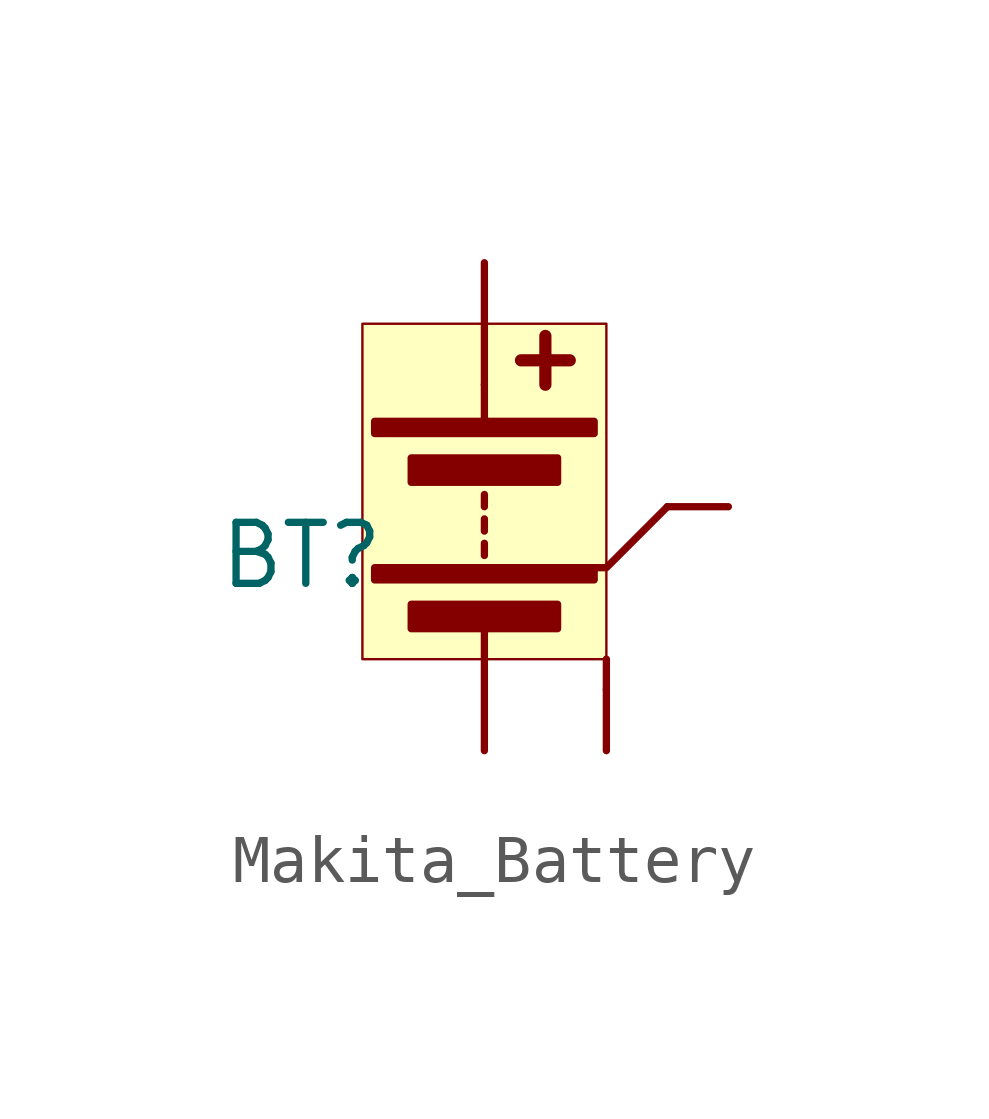
<source format=kicad_sym>
(kicad_symbol_lib
  (version 20231120)
  (generator "kicad_symbol_editor")
  (generator_version "8.0")
  (symbol "Makita_Battery"
    (pin_numbers hide)
    (pin_names hide)
    (property "Reference" "BT"
      (at -3.81 -1.016 0)
      (effects (font (size 1.27 1.27))))
    (property "Value" ""
      (at 0 0 0)
      (effects (font (size 1.27 1.27))))
    (symbol "Makita_Battery_0_1"
      (rectangle (start -2.286 -1.27) (end 2.286 -1.524) (stroke (width 0) (type default)) (fill (type outline)))
      (rectangle (start -2.286 1.778) (end 2.286 1.524) (stroke (width 0) (type default)) (fill (type outline)))
      (rectangle (start -1.524 -2.032) (end 1.524 -2.54) (stroke (width 0) (type default)) (fill (type outline)))
      (rectangle (start -1.524 1.016) (end 1.524 0.508) (stroke (width 0) (type default)) (fill (type outline)))
      (polyline (pts (xy 0 -1.016) (xy 0 -0.762)) (stroke (width 0) (type default)) (fill (type none)))
      (polyline (pts (xy 0 -0.508) (xy 0 -0.254)) (stroke (width 0) (type default)) (fill (type none)))
      (polyline (pts (xy 0 0) (xy 0 0.254)) (stroke (width 0) (type default)) (fill (type none)))
      (polyline (pts (xy 0 1.778) (xy 0 2.54)) (stroke (width 0) (type default)) (fill (type none)))
      (polyline (pts (xy 0.762 3.048) (xy 1.778 3.048)) (stroke (width 0.254) (type default)) (fill (type none)))
      (polyline (pts (xy 1.27 3.556) (xy 1.27 2.54)) (stroke (width 0.254) (type default)) (fill (type none)))
      (polyline (pts (xy 3.81 0) (xy 2.54 -1.27) (xy 1.27 -1.27)) (stroke (width 0) (type default)) (fill (type none))))
    (symbol "Makita_Battery_1_1"
      (polyline (pts (xy 2.54 -3.81) (xy 2.54 -3.175)) (stroke (width 0) (type default)) (fill (type none)))
      (polyline (pts (xy 2.54 -3.175) (xy -2.54 -3.175) (xy -2.54 3.81) (xy 2.54 3.81) (xy 2.54 -3.175)) (stroke (width 0.05) (type solid)) (fill (type background)))
      (pin passive line (at 0 5.08 270) (length 2.54) (name "+" (effects (font (size 1.27 1.27)))) (number "+" (effects (font (size 1.27 1.27)))))
      (pin passive line (at 0 -5.08 90) (length 2.54) (name "-" (effects (font (size 1.27 1.27)))) (number "-" (effects (font (size 1.27 1.27)))))
      (pin passive line (at 2.54 -5.08 90) (length 1.27) (name "M" (effects (font (size 1.27 1.27)))) (number "M" (effects (font (size 1.27 1.27)))))
      (pin passive line (at 5.08 0 180) (length 1.27) (name "T" (effects (font (size 1.27 1.27)))) (number "T" (effects (font (size 1.27 1.27))))))))
</source>
